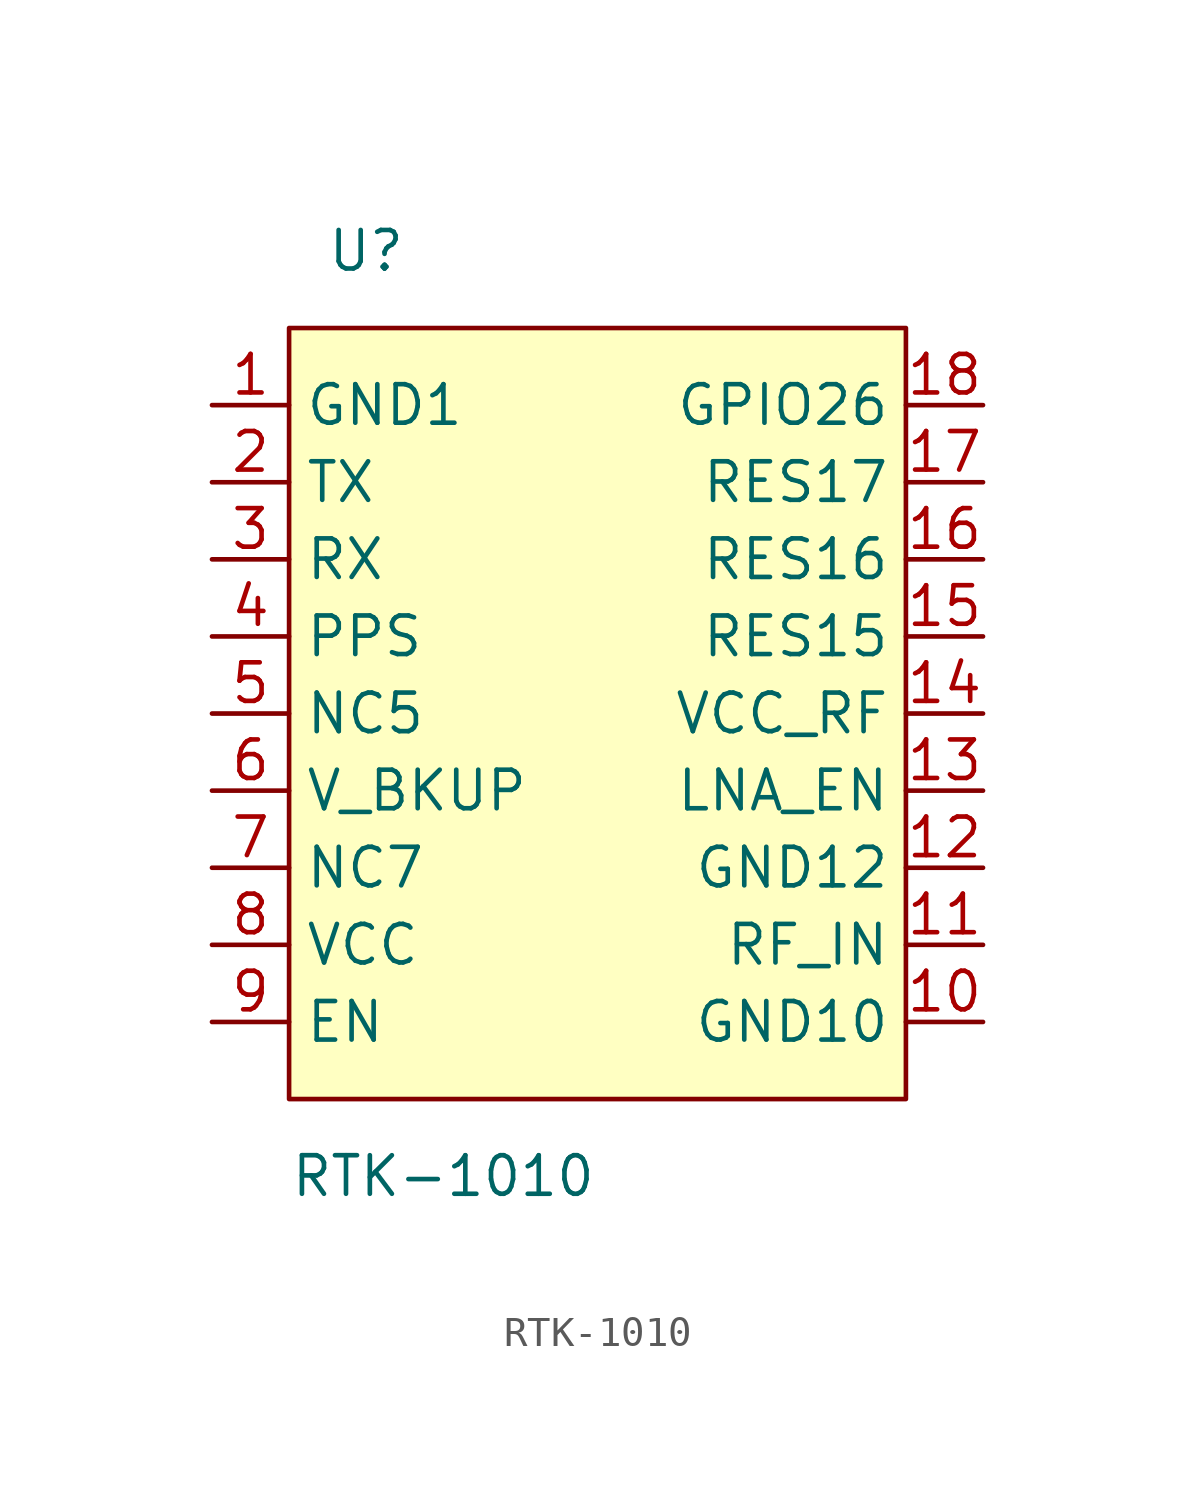
<source format=kicad_sym>
(kicad_symbol_lib
  (version 20211014)
  (generator kicad_symbol_editor)
  (symbol "RTK-1010"
    (property "Reference" "U"
      (at 2.54 5.08 0)
      (effects (font (size 1.27 1.27))))
    (property "Value" "RTK-1010"
      (at 5.08 -25.4 0)
      (effects (font (size 1.27 1.27))))
    (symbol "RTK-1010_0_1"
      (rectangle (start 0 2.54) (end 20.32 -22.86) (stroke (width 0) (type default) (color 0 0 0 0)) (fill (type background))))
    (symbol "RTK-1010_1_1"
      (pin passive line (at -2.54 0 0) (length 2.54) (name "GND1" (effects (font (size 1.27 1.27)))) (number "1" (effects (font (size 1.27 1.27)))))
      (pin passive line (at 22.86 -20.32 180) (length 2.54) (name "GND10" (effects (font (size 1.27 1.27)))) (number "10" (effects (font (size 1.27 1.27)))))
      (pin passive line (at 22.86 -17.78 180) (length 2.54) (name "RF_IN" (effects (font (size 1.27 1.27)))) (number "11" (effects (font (size 1.27 1.27)))))
      (pin passive line (at 22.86 -15.24 180) (length 2.54) (name "GND12" (effects (font (size 1.27 1.27)))) (number "12" (effects (font (size 1.27 1.27)))))
      (pin input line (at 22.86 -12.7 180) (length 2.54) (name "LNA_EN" (effects (font (size 1.27 1.27)))) (number "13" (effects (font (size 1.27 1.27)))))
      (pin passive line (at 22.86 -10.16 180) (length 2.54) (name "VCC_RF" (effects (font (size 1.27 1.27)))) (number "14" (effects (font (size 1.27 1.27)))))
      (pin free line (at 22.86 -7.62 180) (length 2.54) (name "RES15" (effects (font (size 1.27 1.27)))) (number "15" (effects (font (size 1.27 1.27)))))
      (pin free line (at 22.86 -5.08 180) (length 2.54) (name "RES16" (effects (font (size 1.27 1.27)))) (number "16" (effects (font (size 1.27 1.27)))))
      (pin free line (at 22.86 -2.54 180) (length 2.54) (name "RES17" (effects (font (size 1.27 1.27)))) (number "17" (effects (font (size 1.27 1.27)))))
      (pin free line (at 22.86 0 180) (length 2.54) (name "GPIO26" (effects (font (size 1.27 1.27)))) (number "18" (effects (font (size 1.27 1.27)))))
      (pin output line (at -2.54 -2.54 0) (length 2.54) (name "TX" (effects (font (size 1.27 1.27)))) (number "2" (effects (font (size 1.27 1.27)))))
      (pin input line (at -2.54 -5.08 0) (length 2.54) (name "RX" (effects (font (size 1.27 1.27)))) (number "3" (effects (font (size 1.27 1.27)))))
      (pin output line (at -2.54 -7.62 0) (length 2.54) (name "PPS" (effects (font (size 1.27 1.27)))) (number "4" (effects (font (size 1.27 1.27)))))
      (pin free line (at -2.54 -10.16 0) (length 2.54) (name "NC5" (effects (font (size 1.27 1.27)))) (number "5" (effects (font (size 1.27 1.27)))))
      (pin passive line (at -2.54 -12.7 0) (length 2.54) (name "V_BKUP" (effects (font (size 1.27 1.27)))) (number "6" (effects (font (size 1.27 1.27)))))
      (pin free line (at -2.54 -15.24 0) (length 2.54) (name "NC7" (effects (font (size 1.27 1.27)))) (number "7" (effects (font (size 1.27 1.27)))))
      (pin free line (at -2.54 -17.78 0) (length 2.54) (name "VCC" (effects (font (size 1.27 1.27)))) (number "8" (effects (font (size 1.27 1.27)))))
      (pin input line (at -2.54 -20.32 0) (length 2.54) (name "EN" (effects (font (size 1.27 1.27)))) (number "9" (effects (font (size 1.27 1.27))))))))
</source>
